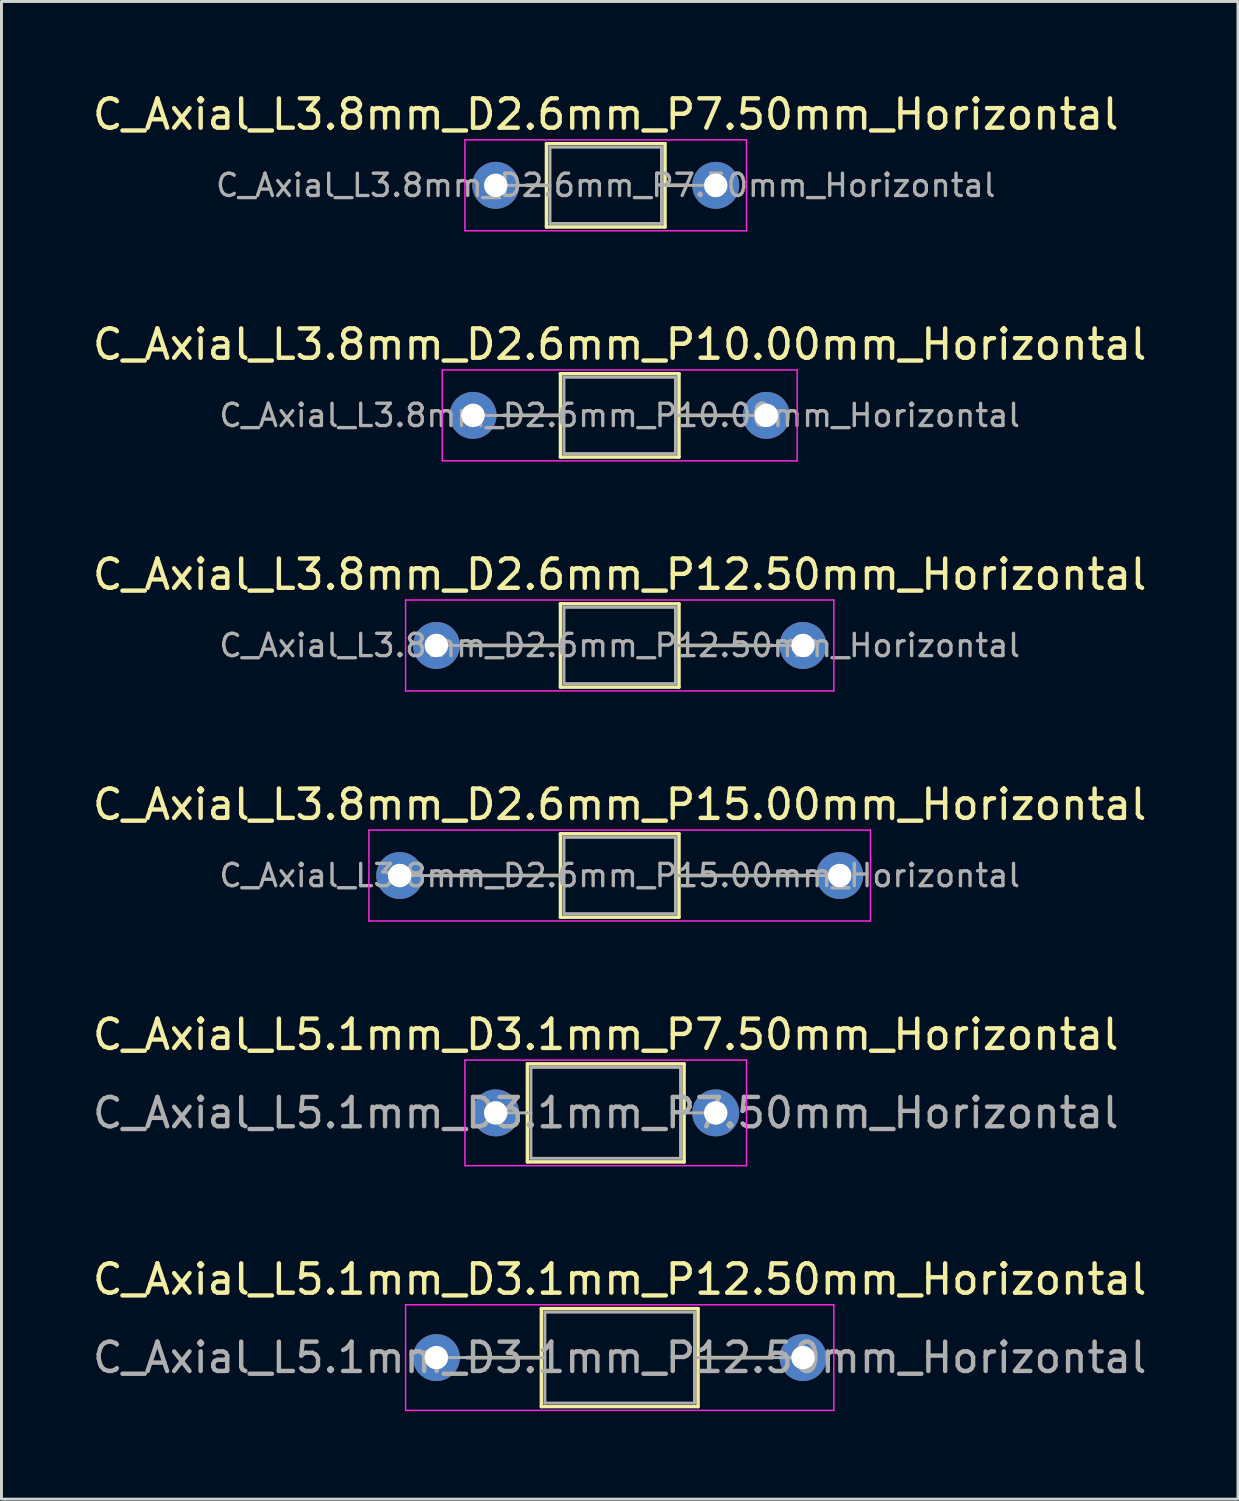
<source format=kicad_pcb>
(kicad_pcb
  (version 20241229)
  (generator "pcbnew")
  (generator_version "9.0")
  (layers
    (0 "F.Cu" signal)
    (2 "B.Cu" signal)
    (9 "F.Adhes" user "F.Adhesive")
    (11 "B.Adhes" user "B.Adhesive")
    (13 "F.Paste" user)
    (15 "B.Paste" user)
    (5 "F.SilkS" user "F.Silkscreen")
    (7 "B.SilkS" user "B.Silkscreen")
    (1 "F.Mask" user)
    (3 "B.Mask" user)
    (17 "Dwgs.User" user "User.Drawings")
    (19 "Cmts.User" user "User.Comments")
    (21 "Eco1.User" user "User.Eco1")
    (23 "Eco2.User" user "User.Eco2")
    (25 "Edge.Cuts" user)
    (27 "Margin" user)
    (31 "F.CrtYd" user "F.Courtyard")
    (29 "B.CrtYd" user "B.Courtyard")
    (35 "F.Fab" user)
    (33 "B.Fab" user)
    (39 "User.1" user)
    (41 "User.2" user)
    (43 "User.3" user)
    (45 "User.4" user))
  (footprint "C_Axial_L3.8mm_D2.6mm_P10.00mm_Horizontal"
    (layer "F.Cu")
    (at 13.077 11.111)
    (property "Reference" "C_Axial_L3.8mm_D2.6mm_P10.00mm_Horizontal" (at 5 -2.42 0) (layer "F.SilkS") (effects (font (size 1 1) (thickness 0.15))))
    (attr through_hole)
    (fp_line (start 1.04 0) (end 2.98 0) (stroke (width 0.12) (type solid)) (layer "F.SilkS"))
    (fp_line (start 2.98 -1.42) (end 2.98 1.42) (stroke (width 0.12) (type solid)) (layer "F.SilkS"))
    (fp_line (start 2.98 1.42) (end 7.02 1.42) (stroke (width 0.12) (type solid)) (layer "F.SilkS"))
    (fp_line (start 7.02 -1.42) (end 2.98 -1.42) (stroke (width 0.12) (type solid)) (layer "F.SilkS"))
    (fp_line (start 7.02 1.42) (end 7.02 -1.42) (stroke (width 0.12) (type solid)) (layer "F.SilkS"))
    (fp_line (start 8.96 0) (end 7.02 0) (stroke (width 0.12) (type solid)) (layer "F.SilkS"))
    (fp_line (start -1.05 -1.55) (end -1.05 1.55) (stroke (width 0.05) (type solid)) (layer "F.CrtYd"))
    (fp_line (start -1.05 1.55) (end 11.05 1.55) (stroke (width 0.05) (type solid)) (layer "F.CrtYd"))
    (fp_line (start 11.05 -1.55) (end -1.05 -1.55) (stroke (width 0.05) (type solid)) (layer "F.CrtYd"))
    (fp_line (start 11.05 1.55) (end 11.05 -1.55) (stroke (width 0.05) (type solid)) (layer "F.CrtYd"))
    (fp_line (start 0 0) (end 3.1 0) (stroke (width 0.1) (type solid)) (layer "F.Fab"))
    (fp_line (start 3.1 -1.3) (end 3.1 1.3) (stroke (width 0.1) (type solid)) (layer "F.Fab"))
    (fp_line (start 3.1 1.3) (end 6.9 1.3) (stroke (width 0.1) (type solid)) (layer "F.Fab"))
    (fp_line (start 6.9 -1.3) (end 3.1 -1.3) (stroke (width 0.1) (type solid)) (layer "F.Fab"))
    (fp_line (start 6.9 1.3) (end 6.9 -1.3) (stroke (width 0.1) (type solid)) (layer "F.Fab"))
    (fp_line (start 10 0) (end 6.9 0) (stroke (width 0.1) (type solid)) (layer "F.Fab"))
    (fp_text user "${REFERENCE}" (at 5 0 0) (layer "F.Fab") (effects (font (size 0.76 0.76) (thickness 0.114))))
    (pad "1" thru_hole circle (at 0 0) (size 1.6 1.6) (drill 0.8) (layers "*.Cu" "*.Mask"))
    (pad "2" thru_hole oval (at 10 0) (size 1.6 1.6) (drill 0.8) (layers "*.Cu" "*.Mask")))
  (footprint "C_Axial_L3.8mm_D2.6mm_P12.50mm_Horizontal"
    (layer "F.Cu")
    (at 11.827 18.955)
    (property "Reference" "C_Axial_L3.8mm_D2.6mm_P12.50mm_Horizontal" (at 6.25 -2.42 0) (layer "F.SilkS") (effects (font (size 1 1) (thickness 0.15))))
    (attr through_hole)
    (fp_line (start 1.04 0) (end 4.23 0) (stroke (width 0.12) (type solid)) (layer "F.SilkS"))
    (fp_line (start 4.23 -1.42) (end 4.23 1.42) (stroke (width 0.12) (type solid)) (layer "F.SilkS"))
    (fp_line (start 4.23 1.42) (end 8.27 1.42) (stroke (width 0.12) (type solid)) (layer "F.SilkS"))
    (fp_line (start 8.27 -1.42) (end 4.23 -1.42) (stroke (width 0.12) (type solid)) (layer "F.SilkS"))
    (fp_line (start 8.27 1.42) (end 8.27 -1.42) (stroke (width 0.12) (type solid)) (layer "F.SilkS"))
    (fp_line (start 11.46 0) (end 8.27 0) (stroke (width 0.12) (type solid)) (layer "F.SilkS"))
    (fp_line (start -1.05 -1.55) (end -1.05 1.55) (stroke (width 0.05) (type solid)) (layer "F.CrtYd"))
    (fp_line (start -1.05 1.55) (end 13.55 1.55) (stroke (width 0.05) (type solid)) (layer "F.CrtYd"))
    (fp_line (start 13.55 -1.55) (end -1.05 -1.55) (stroke (width 0.05) (type solid)) (layer "F.CrtYd"))
    (fp_line (start 13.55 1.55) (end 13.55 -1.55) (stroke (width 0.05) (type solid)) (layer "F.CrtYd"))
    (fp_line (start 0 0) (end 4.35 0) (stroke (width 0.1) (type solid)) (layer "F.Fab"))
    (fp_line (start 4.35 -1.3) (end 4.35 1.3) (stroke (width 0.1) (type solid)) (layer "F.Fab"))
    (fp_line (start 4.35 1.3) (end 8.15 1.3) (stroke (width 0.1) (type solid)) (layer "F.Fab"))
    (fp_line (start 8.15 -1.3) (end 4.35 -1.3) (stroke (width 0.1) (type solid)) (layer "F.Fab"))
    (fp_line (start 8.15 1.3) (end 8.15 -1.3) (stroke (width 0.1) (type solid)) (layer "F.Fab"))
    (fp_line (start 12.5 0) (end 8.15 0) (stroke (width 0.1) (type solid)) (layer "F.Fab"))
    (fp_text user "${REFERENCE}" (at 6.25 0 0) (layer "F.Fab") (effects (font (size 0.76 0.76) (thickness 0.114))))
    (pad "1" thru_hole circle (at 0 0) (size 1.6 1.6) (drill 0.8) (layers "*.Cu" "*.Mask"))
    (pad "2" thru_hole oval (at 12.5 0) (size 1.6 1.6) (drill 0.8) (layers "*.Cu" "*.Mask")))
  (footprint "C_Axial_L3.8mm_D2.6mm_P15.00mm_Horizontal"
    (layer "F.Cu")
    (at 10.577 26.798)
    (property "Reference" "C_Axial_L3.8mm_D2.6mm_P15.00mm_Horizontal" (at 7.5 -2.42 0) (layer "F.SilkS") (effects (font (size 1 1) (thickness 0.15))))
    (attr through_hole)
    (fp_line (start 1.04 0) (end 5.48 0) (stroke (width 0.12) (type solid)) (layer "F.SilkS"))
    (fp_line (start 5.48 -1.42) (end 5.48 1.42) (stroke (width 0.12) (type solid)) (layer "F.SilkS"))
    (fp_line (start 5.48 1.42) (end 9.52 1.42) (stroke (width 0.12) (type solid)) (layer "F.SilkS"))
    (fp_line (start 9.52 -1.42) (end 5.48 -1.42) (stroke (width 0.12) (type solid)) (layer "F.SilkS"))
    (fp_line (start 9.52 1.42) (end 9.52 -1.42) (stroke (width 0.12) (type solid)) (layer "F.SilkS"))
    (fp_line (start 13.96 0) (end 9.52 0) (stroke (width 0.12) (type solid)) (layer "F.SilkS"))
    (fp_line (start -1.05 -1.55) (end -1.05 1.55) (stroke (width 0.05) (type solid)) (layer "F.CrtYd"))
    (fp_line (start -1.05 1.55) (end 16.05 1.55) (stroke (width 0.05) (type solid)) (layer "F.CrtYd"))
    (fp_line (start 16.05 -1.55) (end -1.05 -1.55) (stroke (width 0.05) (type solid)) (layer "F.CrtYd"))
    (fp_line (start 16.05 1.55) (end 16.05 -1.55) (stroke (width 0.05) (type solid)) (layer "F.CrtYd"))
    (fp_line (start 0 0) (end 5.6 0) (stroke (width 0.1) (type solid)) (layer "F.Fab"))
    (fp_line (start 5.6 -1.3) (end 5.6 1.3) (stroke (width 0.1) (type solid)) (layer "F.Fab"))
    (fp_line (start 5.6 1.3) (end 9.4 1.3) (stroke (width 0.1) (type solid)) (layer "F.Fab"))
    (fp_line (start 9.4 -1.3) (end 5.6 -1.3) (stroke (width 0.1) (type solid)) (layer "F.Fab"))
    (fp_line (start 9.4 1.3) (end 9.4 -1.3) (stroke (width 0.1) (type solid)) (layer "F.Fab"))
    (fp_line (start 15 0) (end 9.4 0) (stroke (width 0.1) (type solid)) (layer "F.Fab"))
    (fp_text user "${REFERENCE}" (at 7.5 0 0) (layer "F.Fab") (effects (font (size 0.76 0.76) (thickness 0.114))))
    (pad "1" thru_hole circle (at 0 0) (size 1.6 1.6) (drill 0.8) (layers "*.Cu" "*.Mask"))
    (pad "2" thru_hole oval (at 15 0) (size 1.6 1.6) (drill 0.8) (layers "*.Cu" "*.Mask")))
  (footprint "C_Axial_L5.1mm_D3.1mm_P7.50mm_Horizontal"
    (layer "F.Cu")
    (at 13.851 34.891)
    (property "Reference" "C_Axial_L5.1mm_D3.1mm_P7.50mm_Horizontal" (at 3.75 -2.67 0) (layer "F.SilkS") (effects (font (size 1 1) (thickness 0.15))))
    (attr through_hole)
    (fp_line (start 1.04 0) (end 1.08 0) (stroke (width 0.12) (type solid)) (layer "F.SilkS"))
    (fp_line (start 1.08 -1.67) (end 1.08 1.67) (stroke (width 0.12) (type solid)) (layer "F.SilkS"))
    (fp_line (start 1.08 1.67) (end 6.42 1.67) (stroke (width 0.12) (type solid)) (layer "F.SilkS"))
    (fp_line (start 6.42 -1.67) (end 1.08 -1.67) (stroke (width 0.12) (type solid)) (layer "F.SilkS"))
    (fp_line (start 6.42 1.67) (end 6.42 -1.67) (stroke (width 0.12) (type solid)) (layer "F.SilkS"))
    (fp_line (start 6.46 0) (end 6.42 0) (stroke (width 0.12) (type solid)) (layer "F.SilkS"))
    (fp_line (start -1.05 -1.8) (end -1.05 1.8) (stroke (width 0.05) (type solid)) (layer "F.CrtYd"))
    (fp_line (start -1.05 1.8) (end 8.55 1.8) (stroke (width 0.05) (type solid)) (layer "F.CrtYd"))
    (fp_line (start 8.55 -1.8) (end -1.05 -1.8) (stroke (width 0.05) (type solid)) (layer "F.CrtYd"))
    (fp_line (start 8.55 1.8) (end 8.55 -1.8) (stroke (width 0.05) (type solid)) (layer "F.CrtYd"))
    (fp_line (start 0 0) (end 1.2 0) (stroke (width 0.1) (type solid)) (layer "F.Fab"))
    (fp_line (start 1.2 -1.55) (end 1.2 1.55) (stroke (width 0.1) (type solid)) (layer "F.Fab"))
    (fp_line (start 1.2 1.55) (end 6.3 1.55) (stroke (width 0.1) (type solid)) (layer "F.Fab"))
    (fp_line (start 6.3 -1.55) (end 1.2 -1.55) (stroke (width 0.1) (type solid)) (layer "F.Fab"))
    (fp_line (start 6.3 1.55) (end 6.3 -1.55) (stroke (width 0.1) (type solid)) (layer "F.Fab"))
    (fp_line (start 7.5 0) (end 6.3 0) (stroke (width 0.1) (type solid)) (layer "F.Fab"))
    (fp_text user "${REFERENCE}" (at 3.75 0 0) (layer "F.Fab") (effects (font (size 1 1) (thickness 0.15))))
    (pad "1" thru_hole circle (at 0 0) (size 1.6 1.6) (drill 0.8) (layers "*.Cu" "*.Mask"))
    (pad "2" thru_hole oval (at 7.5 0) (size 1.6 1.6) (drill 0.8) (layers "*.Cu" "*.Mask")))
  (footprint "C_Axial_L5.1mm_D3.1mm_P12.50mm_Horizontal"
    (layer "F.Cu")
    (at 11.827 43.234)
    (property "Reference" "C_Axial_L5.1mm_D3.1mm_P12.50mm_Horizontal" (at 6.25 -2.67 0) (layer "F.SilkS") (effects (font (size 1 1) (thickness 0.15))))
    (attr through_hole)
    (fp_line (start 1.04 0) (end 3.58 0) (stroke (width 0.12) (type solid)) (layer "F.SilkS"))
    (fp_line (start 3.58 -1.67) (end 3.58 1.67) (stroke (width 0.12) (type solid)) (layer "F.SilkS"))
    (fp_line (start 3.58 1.67) (end 8.92 1.67) (stroke (width 0.12) (type solid)) (layer "F.SilkS"))
    (fp_line (start 8.92 -1.67) (end 3.58 -1.67) (stroke (width 0.12) (type solid)) (layer "F.SilkS"))
    (fp_line (start 8.92 1.67) (end 8.92 -1.67) (stroke (width 0.12) (type solid)) (layer "F.SilkS"))
    (fp_line (start 11.46 0) (end 8.92 0) (stroke (width 0.12) (type solid)) (layer "F.SilkS"))
    (fp_line (start -1.05 -1.8) (end -1.05 1.8) (stroke (width 0.05) (type solid)) (layer "F.CrtYd"))
    (fp_line (start -1.05 1.8) (end 13.55 1.8) (stroke (width 0.05) (type solid)) (layer "F.CrtYd"))
    (fp_line (start 13.55 -1.8) (end -1.05 -1.8) (stroke (width 0.05) (type solid)) (layer "F.CrtYd"))
    (fp_line (start 13.55 1.8) (end 13.55 -1.8) (stroke (width 0.05) (type solid)) (layer "F.CrtYd"))
    (fp_line (start 0 0) (end 3.7 0) (stroke (width 0.1) (type solid)) (layer "F.Fab"))
    (fp_line (start 3.7 -1.55) (end 3.7 1.55) (stroke (width 0.1) (type solid)) (layer "F.Fab"))
    (fp_line (start 3.7 1.55) (end 8.8 1.55) (stroke (width 0.1) (type solid)) (layer "F.Fab"))
    (fp_line (start 8.8 -1.55) (end 3.7 -1.55) (stroke (width 0.1) (type solid)) (layer "F.Fab"))
    (fp_line (start 8.8 1.55) (end 8.8 -1.55) (stroke (width 0.1) (type solid)) (layer "F.Fab"))
    (fp_line (start 12.5 0) (end 8.8 0) (stroke (width 0.1) (type solid)) (layer "F.Fab"))
    (fp_text user "${REFERENCE}" (at 6.25 0 0) (layer "F.Fab") (effects (font (size 1 1) (thickness 0.15))))
    (pad "1" thru_hole circle (at 0 0) (size 1.6 1.6) (drill 0.8) (layers "*.Cu" "*.Mask"))
    (pad "2" thru_hole oval (at 12.5 0) (size 1.6 1.6) (drill 0.8) (layers "*.Cu" "*.Mask")))
  (footprint "C_Axial_L3.8mm_D2.6mm_P7.50mm_Horizontal"
    (layer "F.Cu")
    (at 13.851 3.268)
    (property "Reference" "C_Axial_L3.8mm_D2.6mm_P7.50mm_Horizontal" (at 3.75 -2.42 0) (layer "F.SilkS") (effects (font (size 1 1) (thickness 0.15))))
    (attr through_hole)
    (fp_line (start 1.04 0) (end 1.73 0) (stroke (width 0.12) (type solid)) (layer "F.SilkS"))
    (fp_line (start 1.73 -1.42) (end 1.73 1.42) (stroke (width 0.12) (type solid)) (layer "F.SilkS"))
    (fp_line (start 1.73 1.42) (end 5.77 1.42) (stroke (width 0.12) (type solid)) (layer "F.SilkS"))
    (fp_line (start 5.77 -1.42) (end 1.73 -1.42) (stroke (width 0.12) (type solid)) (layer "F.SilkS"))
    (fp_line (start 5.77 1.42) (end 5.77 -1.42) (stroke (width 0.12) (type solid)) (layer "F.SilkS"))
    (fp_line (start 6.46 0) (end 5.77 0) (stroke (width 0.12) (type solid)) (layer "F.SilkS"))
    (fp_line (start -1.05 -1.55) (end -1.05 1.55) (stroke (width 0.05) (type solid)) (layer "F.CrtYd"))
    (fp_line (start -1.05 1.55) (end 8.55 1.55) (stroke (width 0.05) (type solid)) (layer "F.CrtYd"))
    (fp_line (start 8.55 -1.55) (end -1.05 -1.55) (stroke (width 0.05) (type solid)) (layer "F.CrtYd"))
    (fp_line (start 8.55 1.55) (end 8.55 -1.55) (stroke (width 0.05) (type solid)) (layer "F.CrtYd"))
    (fp_line (start 0 0) (end 1.85 0) (stroke (width 0.1) (type solid)) (layer "F.Fab"))
    (fp_line (start 1.85 -1.3) (end 1.85 1.3) (stroke (width 0.1) (type solid)) (layer "F.Fab"))
    (fp_line (start 1.85 1.3) (end 5.65 1.3) (stroke (width 0.1) (type solid)) (layer "F.Fab"))
    (fp_line (start 5.65 -1.3) (end 1.85 -1.3) (stroke (width 0.1) (type solid)) (layer "F.Fab"))
    (fp_line (start 5.65 1.3) (end 5.65 -1.3) (stroke (width 0.1) (type solid)) (layer "F.Fab"))
    (fp_line (start 7.5 0) (end 5.65 0) (stroke (width 0.1) (type solid)) (layer "F.Fab"))
    (fp_text user "${REFERENCE}" (at 3.75 0 0) (layer "F.Fab") (effects (font (size 0.76 0.76) (thickness 0.114))))
    (pad "1" thru_hole circle (at 0 0) (size 1.6 1.6) (drill 0.8) (layers "*.Cu" "*.Mask"))
    (pad "2" thru_hole oval (at 7.5 0) (size 1.6 1.6) (drill 0.8) (layers "*.Cu" "*.Mask")))
  (gr_rect
    (start -3 -3)
    (end 39.155 48.059)
    (stroke (width 0.1) (type default))
    (fill no)
    (layer "Edge.Cuts")))
</source>
